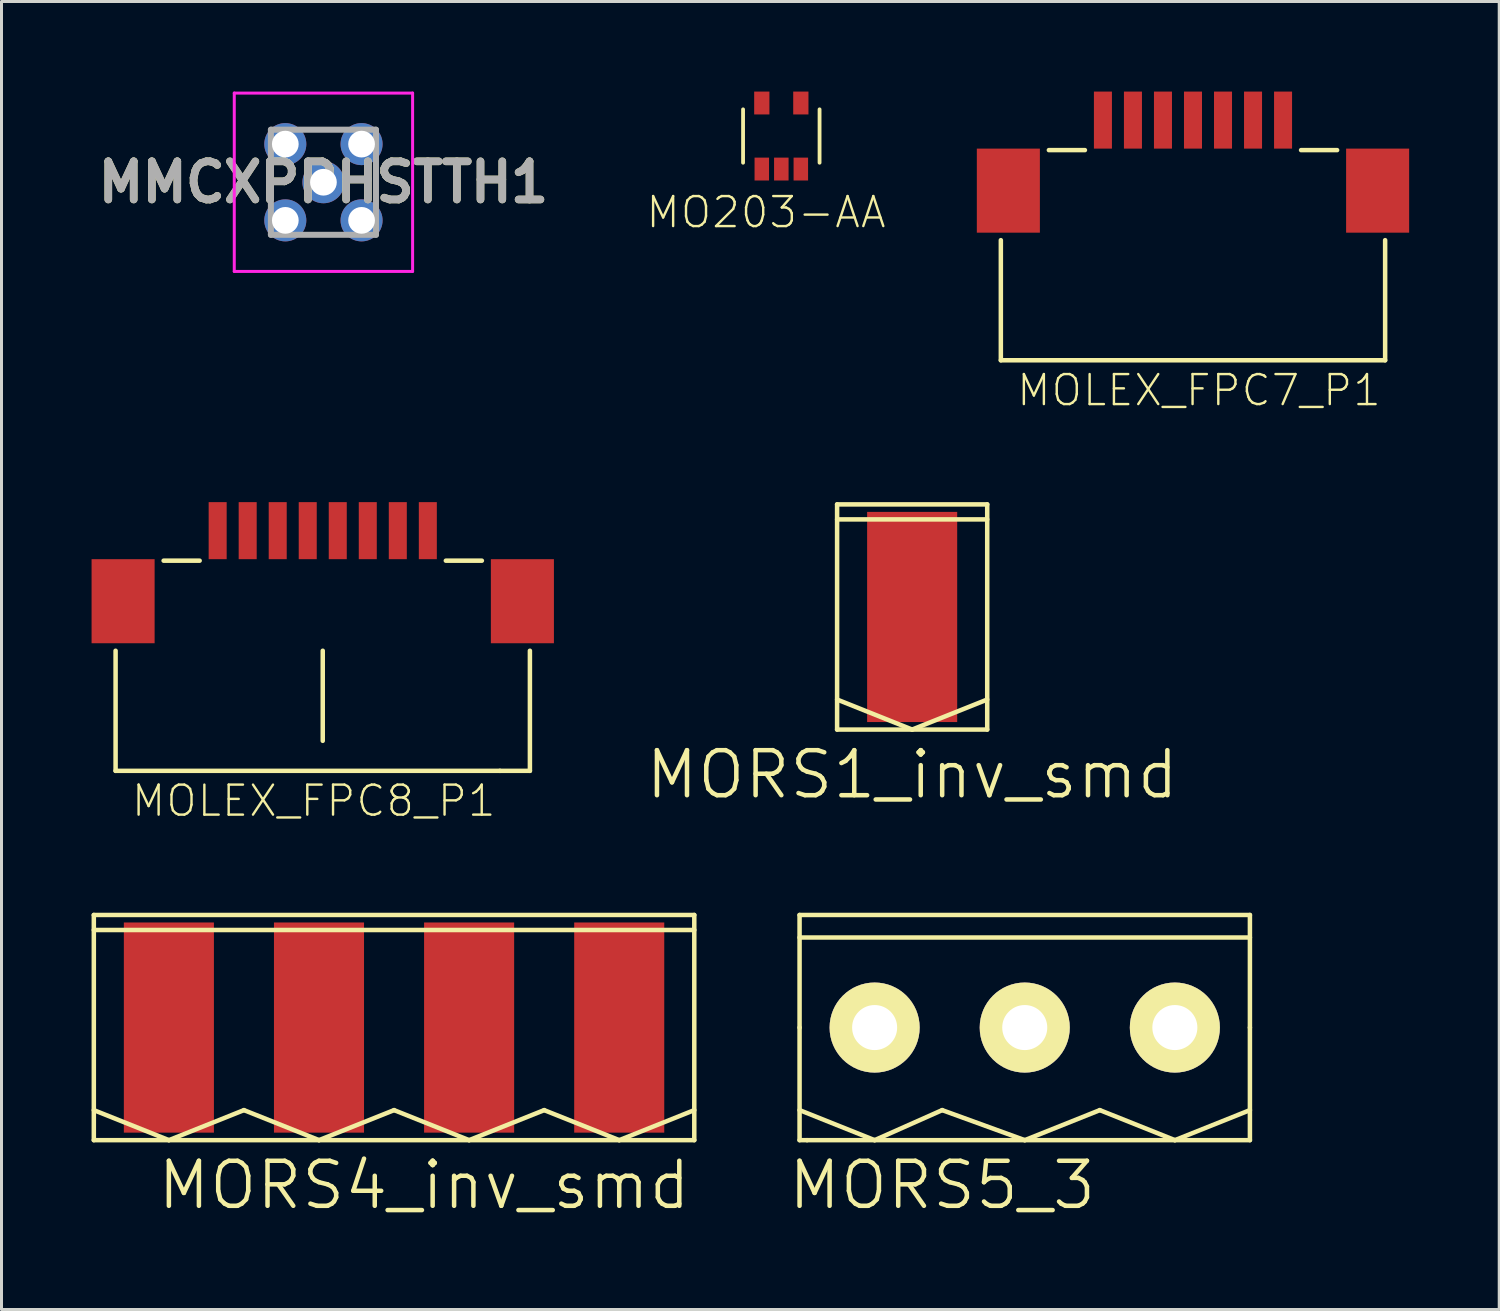
<source format=kicad_pcb>
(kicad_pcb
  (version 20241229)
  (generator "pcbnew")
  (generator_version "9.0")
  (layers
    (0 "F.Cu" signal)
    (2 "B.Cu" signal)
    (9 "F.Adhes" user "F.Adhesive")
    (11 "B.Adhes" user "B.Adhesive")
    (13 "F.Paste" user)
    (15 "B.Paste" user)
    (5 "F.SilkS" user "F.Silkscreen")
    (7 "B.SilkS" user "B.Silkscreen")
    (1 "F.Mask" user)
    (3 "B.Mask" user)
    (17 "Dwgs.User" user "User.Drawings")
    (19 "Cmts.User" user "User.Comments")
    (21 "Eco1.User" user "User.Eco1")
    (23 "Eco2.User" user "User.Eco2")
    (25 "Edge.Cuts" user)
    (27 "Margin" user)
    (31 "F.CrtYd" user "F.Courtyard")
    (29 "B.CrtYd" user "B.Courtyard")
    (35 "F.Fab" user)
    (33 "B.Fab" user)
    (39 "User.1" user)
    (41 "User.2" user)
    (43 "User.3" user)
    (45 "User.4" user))
  (footprint "MOLEX_FPC7_P1"
    (placed yes)
    (layer "F.Cu")
    (at 33.686 0.95)
    (property "Reference" "MOLEX_FPC7_P1" (at 3.2 9 0) (layer "F.SilkS") (effects (font (size 1 1) (thickness 0.08))))
    (attr through_hole)
    (fp_line (start -3.4 4) (end -3.4 8) (stroke (width 0.15) (type solid)) (layer "F.SilkS"))
    (fp_line (start -3.4 8) (end 9.4 8) (stroke (width 0.15) (type solid)) (layer "F.SilkS"))
    (fp_line (start -1.8 1) (end -0.6 1) (stroke (width 0.15) (type solid)) (layer "F.SilkS"))
    (fp_line (start 6.6 1) (end 7.8 1) (stroke (width 0.15) (type solid)) (layer "F.SilkS"))
    (fp_line (start 9.4 8) (end 9.4 4) (stroke (width 0.15) (type solid)) (layer "F.SilkS"))
    (pad "1" smd rect (at 0 0) (size 0.6 1.9) (layers "F.Cu" "F.Mask" "F.Paste"))
    (pad "2" smd rect (at 1 0) (size 0.6 1.9) (layers "F.Cu" "F.Mask" "F.Paste"))
    (pad "3" smd rect (at 2 0) (size 0.6 1.9) (layers "F.Cu" "F.Mask" "F.Paste"))
    (pad "4" smd rect (at 3 0) (size 0.6 1.9) (layers "F.Cu" "F.Mask" "F.Paste"))
    (pad "5" smd rect (at 4 0) (size 0.6 1.9) (layers "F.Cu" "F.Mask" "F.Paste"))
    (pad "6" smd rect (at 5 0) (size 0.6 1.9) (layers "F.Cu" "F.Mask" "F.Paste"))
    (pad "7" smd rect (at 6 0) (size 0.6 1.9) (layers "F.Cu" "F.Mask" "F.Paste"))
    (pad "8" smd rect (at 9.15 2.35) (size 2.1 2.8) (layers "F.Cu" "F.Mask" "F.Paste"))
    (pad "9" smd rect (at -3.15 2.35) (size 2.1 2.8) (layers "F.Cu" "F.Mask" "F.Paste")))
  (footprint "MORS4_inv_smd"
    (layer "F.Cu")
    (at 10.075 30.926)
    (property "Reference" "MORS4_inv_smd" (at 1 5.5 0) (layer "F.SilkS") (effects (font (size 1.5 1.5) (thickness 0.15))))
    (attr through_hole)
    (fp_line (start -10 -3.5) (end 10 -3.5) (stroke (width 0.15) (type solid)) (layer "F.SilkS"))
    (fp_line (start -10 3) (end -7.5 4) (stroke (width 0.15) (type solid)) (layer "F.SilkS"))
    (fp_line (start -10 4) (end -10 -3.5) (stroke (width 0.15) (type solid)) (layer "F.SilkS"))
    (fp_line (start -7.5 4) (end -5 3) (stroke (width 0.15) (type solid)) (layer "F.SilkS"))
    (fp_line (start -5 3) (end -2.5 4) (stroke (width 0.15) (type solid)) (layer "F.SilkS"))
    (fp_line (start -2.5 4) (end 0 3) (stroke (width 0.15) (type solid)) (layer "F.SilkS"))
    (fp_line (start 0 3) (end 2.5 4) (stroke (width 0.15) (type solid)) (layer "F.SilkS"))
    (fp_line (start 2.5 4) (end 5 3) (stroke (width 0.15) (type solid)) (layer "F.SilkS"))
    (fp_line (start 5 3) (end 7.5 4) (stroke (width 0.15) (type solid)) (layer "F.SilkS"))
    (fp_line (start 7.5 4) (end 10 3) (stroke (width 0.15) (type solid)) (layer "F.SilkS"))
    (fp_line (start 10 -3) (end -10 -3) (stroke (width 0.15) (type solid)) (layer "F.SilkS"))
    (fp_line (start 10 4) (end -10 4) (stroke (width 0.15) (type solid)) (layer "F.SilkS"))
    (fp_line (start 10 4) (end 10 -3.5) (stroke (width 0.15) (type solid)) (layer "F.SilkS"))
    (pad "1" smd rect (at 7.5 0.25) (size 3 7) (layers "F.Cu" "F.Mask" "F.Paste"))
    (pad "2" smd rect (at 2.5 0.25) (size 3 7) (layers "F.Cu" "F.Mask" "F.Paste"))
    (pad "3" smd rect (at -2.5 0.25) (size 3 7) (layers "F.Cu" "F.Mask" "F.Paste"))
    (pad "4" smd rect (at -7.5 0.25) (size 3 7) (layers "F.Cu" "F.Mask" "F.Paste")))
  (footprint "MORS1_inv_smd"
    (layer "F.Cu")
    (at 27.332 17.25)
    (property "Reference" "MORS1_inv_smd" (at 0 5.5 0) (layer "F.SilkS") (effects (font (size 1.5 1.5) (thickness 0.15))))
    (attr through_hole)
    (fp_line (start -2.5 -3.5) (end 2.5 -3.5) (stroke (width 0.15) (type solid)) (layer "F.SilkS"))
    (fp_line (start -2.5 -3) (end 2.5 -3) (stroke (width 0.15) (type solid)) (layer "F.SilkS"))
    (fp_line (start -2.5 3) (end 0 4) (stroke (width 0.15) (type solid)) (layer "F.SilkS"))
    (fp_line (start -2.5 4) (end -2.5 -3.5) (stroke (width 0.15) (type solid)) (layer "F.SilkS"))
    (fp_line (start 0 4) (end 2.5 3) (stroke (width 0.15) (type solid)) (layer "F.SilkS"))
    (fp_line (start 2.5 4) (end -2.5 4) (stroke (width 0.15) (type solid)) (layer "F.SilkS"))
    (fp_line (start 2.5 4) (end 2.5 -3.5) (stroke (width 0.15) (type solid)) (layer "F.SilkS"))
    (pad "1" smd rect (at 0 0.25) (size 3 7) (layers "F.Cu" "F.Mask" "F.Paste")))
  (footprint "MMCXPPHSTTH1"
    (layer "F.Cu")
    (at 7.723 3.02)
    (property "Reference" "MMCXPPHSTTH1" (at 0 0 0) (layer "F.SilkS") (effects (font (size 1.27 1.27) (thickness 0.254))))
    (attr through_hole)
    (fp_line (start -1.75 -0.6) (end -1.75 0.6) (stroke (width 0.1) (type solid)) (layer "F.SilkS"))
    (fp_line (start -0.6 -1.75) (end 0.6 -1.75) (stroke (width 0.1) (type solid)) (layer "F.SilkS"))
    (fp_line (start -0.6 1.75) (end 0.6 1.75) (stroke (width 0.1) (type solid)) (layer "F.SilkS"))
    (fp_line (start 1.75 -0.6) (end 1.75 0.6) (stroke (width 0.1) (type solid)) (layer "F.SilkS"))
    (fp_line (start -2.97 -2.97) (end 2.97 -2.97) (stroke (width 0.1) (type solid)) (layer "F.CrtYd"))
    (fp_line (start -2.97 2.97) (end -2.97 -2.97) (stroke (width 0.1) (type solid)) (layer "F.CrtYd"))
    (fp_line (start 2.97 -2.97) (end 2.97 2.97) (stroke (width 0.1) (type solid)) (layer "F.CrtYd"))
    (fp_line (start 2.97 2.97) (end -2.97 2.97) (stroke (width 0.1) (type solid)) (layer "F.CrtYd"))
    (fp_line (start -1.75 -1.75) (end 1.75 -1.75) (stroke (width 0.2) (type solid)) (layer "F.Fab"))
    (fp_line (start -1.75 1.75) (end -1.75 -1.75) (stroke (width 0.2) (type solid)) (layer "F.Fab"))
    (fp_line (start 1.75 -1.75) (end 1.75 1.75) (stroke (width 0.2) (type solid)) (layer "F.Fab"))
    (fp_line (start 1.75 1.75) (end -1.75 1.75) (stroke (width 0.2) (type solid)) (layer "F.Fab"))
    (fp_text user "${REFERENCE}" (at 0 0 0) (layer "F.Fab") (effects (font (size 1.27 1.27) (thickness 0.254))))
    (pad "1" thru_hole circle (at 0 0) (size 1.4 1.4) (drill 0.89) (layers "*.Cu" "*.Mask"))
    (pad "2" thru_hole circle (at -1.27 -1.27) (size 1.4 1.4) (drill 0.89) (layers "*.Cu" "*.Mask"))
    (pad "3" thru_hole circle (at -1.27 1.27) (size 1.4 1.4) (drill 0.89) (layers "*.Cu" "*.Mask"))
    (pad "4" thru_hole circle (at 1.27 1.27) (size 1.4 1.4) (drill 0.89) (layers "*.Cu" "*.Mask"))
    (pad "5" thru_hole circle (at 1.27 -1.27) (size 1.4 1.4) (drill 0.89) (layers "*.Cu" "*.Mask")))
  (footprint "MO203-AA"
    (layer "F.Cu")
    (at 22.974 1.481)
    (property "Reference" "MO203-AA" (at -0.508 2.54 180) (layer "F.SilkS") (effects (font (size 1 1) (thickness 0.08))))
    (attr smd)
    (fp_line (start -1.274 0.889) (end -1.274 -0.889) (stroke (width 0.127) (type solid)) (layer "F.SilkS"))
    (fp_line (start 1.274 -0.889) (end 1.274 0.889) (stroke (width 0.127) (type solid)) (layer "F.SilkS"))
    (pad "1" smd rect (at -0.65 1.1) (size 0.483 0.762) (layers "F.Cu" "F.Mask" "F.Paste"))
    (pad "2" smd rect (at 0 1.1) (size 0.483 0.762) (layers "F.Cu" "F.Mask" "F.Paste"))
    (pad "3" smd rect (at 0.65 1.1) (size 0.483 0.762) (layers "F.Cu" "F.Mask" "F.Paste"))
    (pad "4" smd rect (at 0.65 -1.1) (size 0.508 0.762) (layers "F.Cu" "F.Mask" "F.Paste"))
    (pad "5" smd rect (at -0.65 -1.1) (size 0.508 0.762) (layers "F.Cu" "F.Mask" "F.Paste")))
  (footprint "MOLEX_FPC8_P1"
    (placed yes)
    (layer "F.Cu")
    (at 4.2 14.625)
    (property "Reference" "MOLEX_FPC8_P1" (at 3.2 9 0) (layer "F.SilkS") (effects (font (size 1 1) (thickness 0.08))))
    (attr through_hole)
    (fp_line (start -3.4 4) (end -3.4 8) (stroke (width 0.15) (type solid)) (layer "F.SilkS"))
    (fp_line (start -3.4 8) (end 9.4 8) (stroke (width 0.15) (type solid)) (layer "F.SilkS"))
    (fp_line (start -1.8 1) (end -0.6 1) (stroke (width 0.15) (type solid)) (layer "F.SilkS"))
    (fp_line (start 3.5 4) (end 3.5 7) (stroke (width 0.15) (type solid)) (layer "F.SilkS"))
    (fp_line (start 7.6 1) (end 8.8 1) (stroke (width 0.15) (type solid)) (layer "F.SilkS"))
    (fp_line (start 9.4 8) (end 10.4 8) (stroke (width 0.15) (type solid)) (layer "F.SilkS"))
    (fp_line (start 10.4 8) (end 10.4 4) (stroke (width 0.15) (type solid)) (layer "F.SilkS"))
    (pad "1" smd rect (at 0 0) (size 0.6 1.9) (layers "F.Cu" "F.Mask" "F.Paste"))
    (pad "2" smd rect (at 1 0) (size 0.6 1.9) (layers "F.Cu" "F.Mask" "F.Paste"))
    (pad "3" smd rect (at 2 0) (size 0.6 1.9) (layers "F.Cu" "F.Mask" "F.Paste"))
    (pad "4" smd rect (at 3 0) (size 0.6 1.9) (layers "F.Cu" "F.Mask" "F.Paste"))
    (pad "5" smd rect (at 4 0) (size 0.6 1.9) (layers "F.Cu" "F.Mask" "F.Paste"))
    (pad "6" smd rect (at 5 0) (size 0.6 1.9) (layers "F.Cu" "F.Mask" "F.Paste"))
    (pad "7" smd rect (at 6 0) (size 0.6 1.9) (layers "F.Cu" "F.Mask" "F.Paste"))
    (pad "8" smd rect (at 7 0) (size 0.6 1.9) (layers "F.Cu" "F.Mask" "F.Paste"))
    (pad "9" smd rect (at -3.15 2.35) (size 2.1 2.8) (layers "F.Cu" "F.Mask" "F.Paste"))
    (pad "10" smd rect (at 10.15 2.35) (size 2.1 2.8) (layers "F.Cu" "F.Mask" "F.Paste")))
  (footprint "MORS5_3"
    (layer "F.Cu")
    (at 31.082 31.176)
    (property "Reference" "MORS5_3" (at -2.75 5.25 0) (layer "F.SilkS") (effects (font (size 1.5 1.5) (thickness 0.15))))
    (attr through_hole)
    (fp_line (start -7.5 -3.75) (end 7.5 -3.75) (stroke (width 0.15) (type solid)) (layer "F.SilkS"))
    (fp_line (start -7.5 -3) (end 7.5 -3) (stroke (width 0.15) (type solid)) (layer "F.SilkS"))
    (fp_line (start -7.5 0) (end -7.5 -3.75) (stroke (width 0.15) (type solid)) (layer "F.SilkS"))
    (fp_line (start -7.5 2.75) (end -5 3.75) (stroke (width 0.15) (type solid)) (layer "F.SilkS"))
    (fp_line (start -7.5 3.75) (end -7.5 0) (stroke (width 0.15) (type solid)) (layer "F.SilkS"))
    (fp_line (start -7.25 3.75) (end -7.5 3.75) (stroke (width 0.15) (type solid)) (layer "F.SilkS"))
    (fp_line (start -5 3.75) (end -2.75 2.75) (stroke (width 0.15) (type solid)) (layer "F.SilkS"))
    (fp_line (start -2.75 2.75) (end 0 3.75) (stroke (width 0.15) (type solid)) (layer "F.SilkS"))
    (fp_line (start 0 3.75) (end 2.5 2.75) (stroke (width 0.15) (type solid)) (layer "F.SilkS"))
    (fp_line (start 2.5 2.75) (end 5 3.75) (stroke (width 0.15) (type solid)) (layer "F.SilkS"))
    (fp_line (start 5 3.75) (end 7.5 2.75) (stroke (width 0.15) (type solid)) (layer "F.SilkS"))
    (fp_line (start 7.5 -3.75) (end 7.5 0) (stroke (width 0.15) (type solid)) (layer "F.SilkS"))
    (fp_line (start 7.5 0) (end 7.5 3.75) (stroke (width 0.15) (type solid)) (layer "F.SilkS"))
    (fp_line (start 7.5 3.75) (end -7.25 3.75) (stroke (width 0.15) (type solid)) (layer "F.SilkS"))
    (pad "1" thru_hole circle (at -5 0) (size 3 3) (drill 1.5) (layers "*.Cu" "*.Mask" "F.SilkS"))
    (pad "2" thru_hole circle (at 0 0) (size 3 3) (drill 1.5) (layers "*.Cu" "*.Mask" "F.SilkS"))
    (pad "3" thru_hole circle (at 5 0) (size 3 3) (drill 1.5) (layers "*.Cu" "*.Mask" "F.SilkS")))
  (gr_rect
    (start -3 -3)
    (end 46.886 40.567)
    (stroke (width 0.1) (type default))
    (fill no)
    (layer "Edge.Cuts")))
</source>
